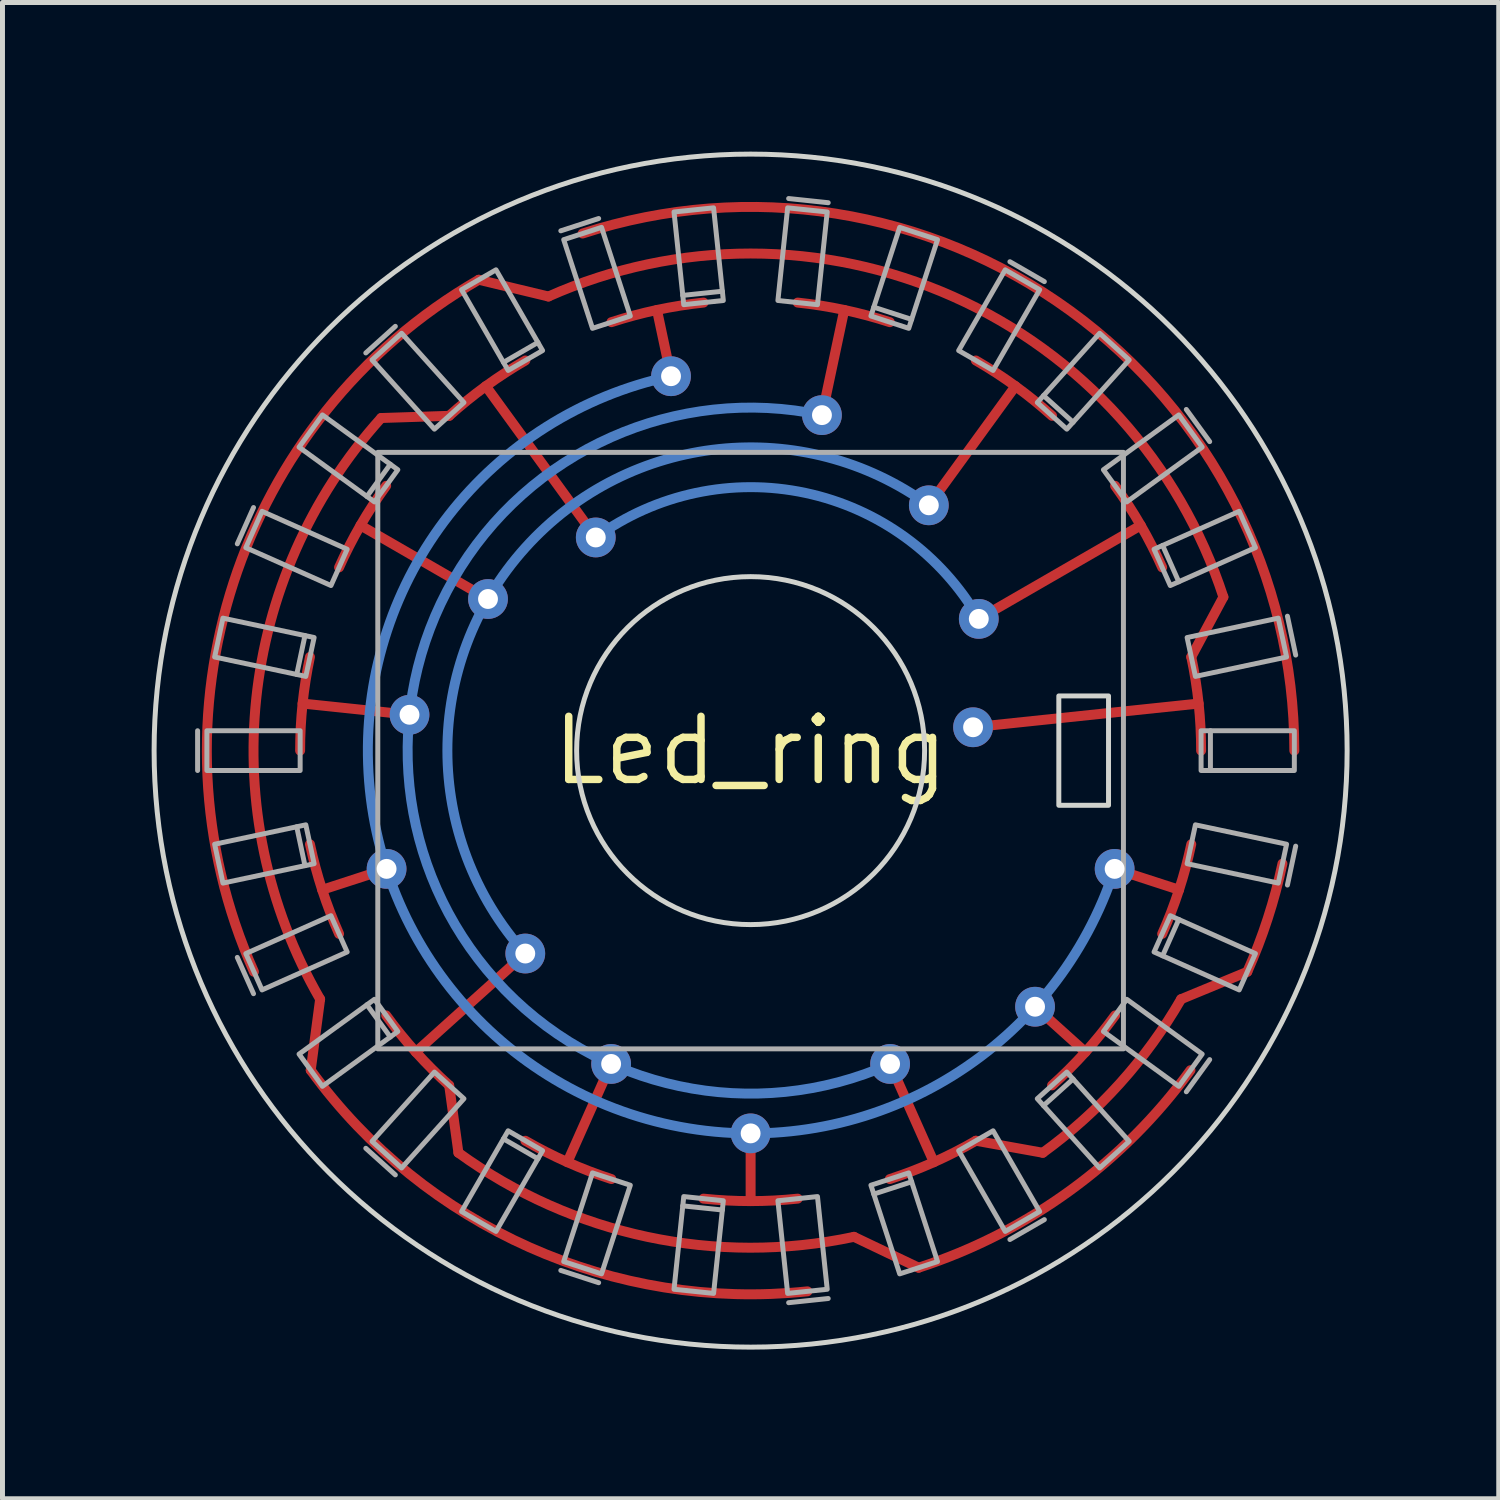
<source format=kicad_pcb>
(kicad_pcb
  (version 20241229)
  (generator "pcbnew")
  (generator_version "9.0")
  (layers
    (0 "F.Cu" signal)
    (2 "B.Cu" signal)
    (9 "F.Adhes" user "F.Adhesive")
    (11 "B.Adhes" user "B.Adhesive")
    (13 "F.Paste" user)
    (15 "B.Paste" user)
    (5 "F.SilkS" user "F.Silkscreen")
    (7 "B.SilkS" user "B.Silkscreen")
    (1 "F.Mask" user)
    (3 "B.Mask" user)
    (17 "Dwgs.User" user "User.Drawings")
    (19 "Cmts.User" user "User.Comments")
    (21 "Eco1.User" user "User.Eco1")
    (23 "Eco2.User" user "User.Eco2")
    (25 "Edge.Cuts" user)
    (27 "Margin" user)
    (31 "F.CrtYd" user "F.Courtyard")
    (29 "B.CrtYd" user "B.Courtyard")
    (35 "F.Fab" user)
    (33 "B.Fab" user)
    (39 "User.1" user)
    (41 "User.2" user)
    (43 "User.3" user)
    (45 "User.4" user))
  (footprint "Led_ring"
    (layer "F.Cu")
    (at 12.05 12.05)
    (property "Reference" "Led_ring" (at 0 0 0) (layer "F.SilkS") (effects (font (size 1.27 1.27) (thickness 0.15))))
    (fp_line (start -8.849 6.429) (end -8.66 5) (stroke (width 0.2) (type solid)) (layer "F.Cu"))
    (fp_line (start -7.323 2.379) (end -8.619 2.8) (stroke (width 0.2) (type solid)) (layer "F.Cu"))
    (fp_line (start -6.862 -0.721) (end -9.013 -0.947) (stroke (width 0.2) (type solid)) (layer "F.Cu"))
    (fp_line (start -6.064 -6.735) (end -7.431 -6.691) (stroke (width 0.2) (type solid)) (layer "F.Cu"))
    (fp_line (start -6.064 6.735) (end -5.878 8.09) (stroke (width 0.2) (type solid)) (layer "F.Cu"))
    (fp_line (start -5.469 -9.472) (end -4.067 -9.135) (stroke (width 0.2) (type solid)) (layer "F.Cu"))
    (fp_line (start -5.283 -3.05) (end -7.848 -4.531) (stroke (width 0.2) (type solid)) (layer "F.Cu"))
    (fp_line (start -4.533 4.082) (end -6.735 6.064) (stroke (width 0.2) (type solid)) (layer "F.Cu"))
    (fp_line (start -3.115 -4.288) (end -5.327 -7.332) (stroke (width 0.2) (type solid)) (layer "F.Cu"))
    (fp_line (start -2.806 6.303) (end -3.686 8.279) (stroke (width 0.2) (type solid)) (layer "F.Cu"))
    (fp_line (start -1.601 -7.532) (end -1.884 -8.864) (stroke (width 0.2) (type solid)) (layer "F.Cu"))
    (fp_line (start 0 7.7) (end 0 9.062) (stroke (width 0.2) (type solid)) (layer "F.Cu"))
    (fp_line (start 1.435 -6.749) (end 1.884 -8.864) (stroke (width 0.2) (type solid)) (layer "F.Cu"))
    (fp_line (start 2.806 6.303) (end 3.686 8.279) (stroke (width 0.2) (type solid)) (layer "F.Cu"))
    (fp_line (start 3.38 10.402) (end 2.079 9.781) (stroke (width 0.2) (type solid)) (layer "F.Cu"))
    (fp_line (start 3.585 -4.935) (end 5.327 -7.332) (stroke (width 0.2) (type solid)) (layer "F.Cu"))
    (fp_line (start 4.475 -0.47) (end 9.013 -0.947) (stroke (width 0.2) (type solid)) (layer "F.Cu"))
    (fp_line (start 4.531 7.848) (end 5.878 8.09) (stroke (width 0.2) (type solid)) (layer "F.Cu"))
    (fp_line (start 4.59 -2.65) (end 7.848 -4.531) (stroke (width 0.2) (type solid)) (layer "F.Cu"))
    (fp_line (start 5.722 5.152) (end 6.735 6.064) (stroke (width 0.2) (type solid)) (layer "F.Cu"))
    (fp_line (start 7.323 2.379) (end 8.619 2.8) (stroke (width 0.2) (type solid)) (layer "F.Cu"))
    (fp_line (start 8.864 -1.884) (end 9.511 -3.09) (stroke (width 0.2) (type solid)) (layer "F.Cu"))
    (fp_line (start 9.992 4.449) (end 8.66 5) (stroke (width 0.2) (type solid)) (layer "F.Cu"))
    (fp_arc (start -9.991903 4.448682) (mid -10.402181 -3.379874) (end -5.46875 -9.472153) (stroke (width 0.2) (type solid)) (layer "F.Cu"))
    (fp_arc (start -9.0625 0) (mid -9.012855 -0.947289) (end -8.864463 -1.8842) (stroke (width 0.2) (type solid)) (layer "F.Cu"))
    (fp_arc (start -8.660254 5) (mid -9.945219 -1.045285) (end -7.431448 -6.691306) (stroke (width 0.2) (type solid)) (layer "F.Cu"))
    (fp_arc (start -8.279006 -3.686051) (mid -7.848356 -4.53125) (end -7.331717 -5.326804) (stroke (width 0.2) (type solid)) (layer "F.Cu"))
    (fp_arc (start -8.279006 3.686051) (mid -8.61895 2.800467) (end -8.864463 1.8842) (stroke (width 0.2) (type solid)) (layer "F.Cu"))
    (fp_arc (start -6.063996 -6.73475) (mid -5.326804 -7.331717) (end -4.53125 -7.848355) (stroke (width 0.2) (type solid)) (layer "F.Cu"))
    (fp_arc (start -6.063996 6.73475) (mid -6.73475 6.063996) (end -7.331717 5.326804) (stroke (width 0.2) (type solid)) (layer "F.Cu"))
    (fp_arc (start -4.067366 -9.135455) (mid 4.067367 -9.135455) (end 9.510565 -3.09017) (stroke (width 0.2) (type solid)) (layer "F.Cu"))
    (fp_arc (start -3.379873 -10.402181) (mid 6.428901 -8.848623) (end 10.9375 0) (stroke (width 0.2) (type solid)) (layer "F.Cu"))
    (fp_arc (start -2.800467 -8.61895) (mid -1.8842 -8.864463) (end -0.947289 -9.012855) (stroke (width 0.2) (type solid)) (layer "F.Cu"))
    (fp_arc (start -2.800467 8.61895) (mid -3.686051 8.279006) (end -4.53125 7.848355) (stroke (width 0.2) (type solid)) (layer "F.Cu"))
    (fp_arc (start 0.947289 -9.012855) (mid 1.8842 -8.864463) (end 2.800467 -8.61895) (stroke (width 0.2) (type solid)) (layer "F.Cu"))
    (fp_arc (start 0.947289 9.012855) (mid 0 9.0625) (end -0.947289 9.012855) (stroke (width 0.2) (type solid)) (layer "F.Cu"))
    (fp_arc (start 1.14328 10.877583) (mid -4.448682 9.991903) (end -8.848623 6.428901) (stroke (width 0.2) (type solid)) (layer "F.Cu"))
    (fp_arc (start 2.079117 9.781476) (mid -2.079117 9.781476) (end -5.877853 8.09017) (stroke (width 0.2) (type solid)) (layer "F.Cu"))
    (fp_arc (start 4.53125 -7.848355) (mid 5.326806 -7.331719) (end 6.063996 -6.73475) (stroke (width 0.2) (type solid)) (layer "F.Cu"))
    (fp_arc (start 4.53125 7.848355) (mid 3.686051 8.279005) (end 2.800467 8.61895) (stroke (width 0.2) (type solid)) (layer "F.Cu"))
    (fp_arc (start 7.331717 -5.326804) (mid 7.848355 -4.53125) (end 8.279006 -3.686051) (stroke (width 0.2) (type solid)) (layer "F.Cu"))
    (fp_arc (start 7.331717 5.326804) (mid 6.73475 6.063996) (end 6.063996 6.73475) (stroke (width 0.2) (type solid)) (layer "F.Cu"))
    (fp_arc (start 8.660254 5) (mid 7.431448 6.691306) (end 5.877853 8.09017) (stroke (width 0.2) (type solid)) (layer "F.Cu"))
    (fp_arc (start 8.848623 6.428901) (mid 6.428901 8.848623) (end 3.379873 10.402181) (stroke (width 0.2) (type solid)) (layer "F.Cu"))
    (fp_arc (start 8.864463 -1.8842) (mid 9.012855 -0.947289) (end 9.0625 0) (stroke (width 0.2) (type solid)) (layer "F.Cu"))
    (fp_arc (start 8.864463 1.8842) (mid 8.61895 2.800467) (end 8.279006 3.686051) (stroke (width 0.2) (type solid)) (layer "F.Cu"))
    (fp_arc (start 10.698489 2.274034) (mid 10.402181 3.379874) (end 9.991903 4.448682) (stroke (width 0.2) (type solid)) (layer "F.Cu"))
    (fp_arc (start -4.533183 4.081697) (mid -4.533184 -4.081696) (end 3.58549 -4.935004) (stroke (width 0.2) (type solid)) (layer "B.Cu"))
    (fp_arc (start -3.115262 -4.28779) (mid 1.101932 -5.184182) (end 4.589935 -2.65) (stroke (width 0.2) (type solid)) (layer "B.Cu"))
    (fp_arc (start 2.806483 6.303464) (mid -6.862201 0.721246) (end 1.434591 -6.749218) (stroke (width 0.2) (type solid)) (layer "B.Cu"))
    (fp_arc (start 4.475349 -0.470378) (mid 4.475349 -0.470378) (end 4.475349 -0.470378) (stroke (width 0.2) (type solid)) (layer "B.Cu"))
    (fp_arc (start 7.323135 2.379431) (mid -5.722215 5.152305) (end -1.60092 -7.531737) (stroke (width 0.2) (type solid)) (layer "B.Cu"))
    (fp_circle (center 0 0) (end 3.5 0) (stroke (width 0.1) (type solid)) (fill no) (layer "Edge.Cuts"))
    (fp_circle (center 0 0) (end 12 0) (stroke (width 0.1) (type solid)) (fill no) (layer "Edge.Cuts"))
    (fp_poly (pts (xy 6.2 -1.1) (xy 7.2 -1.1) (xy 7.2 1.1) (xy 6.2 1.1)) (stroke (width 0.1) (type solid)) (fill no) (layer "Edge.Cuts"))
    (fp_line (start -11.125 0.4) (end -11.125 -0.4) (stroke (width 0.1) (type solid)) (layer "F.Fab"))
    (fp_line (start -10.326 -4.16) (end -10 -4.89) (stroke (width 0.1) (type solid)) (layer "F.Fab"))
    (fp_line (start -10 4.89) (end -10.326 4.16) (stroke (width 0.1) (type solid)) (layer "F.Fab"))
    (fp_line (start -9.131 -1.532) (end -8.965 -2.314) (stroke (width 0.1) (type solid)) (layer "F.Fab"))
    (fp_line (start -8.965 2.314) (end -9.131 1.532) (stroke (width 0.1) (type solid)) (layer "F.Fab"))
    (fp_line (start -7.741 -8) (end -7.147 -8.535) (stroke (width 0.1) (type solid)) (layer "F.Fab"))
    (fp_line (start -7.719 -5.113) (end -7.248 -5.761) (stroke (width 0.1) (type solid)) (layer "F.Fab"))
    (fp_line (start -7.248 5.761) (end -7.719 5.113) (stroke (width 0.1) (type solid)) (layer "F.Fab"))
    (fp_line (start -7.147 8.535) (end -7.741 8) (stroke (width 0.1) (type solid)) (layer "F.Fab"))
    (fp_line (start -4.971 -7.811) (end -4.279 -8.211) (stroke (width 0.1) (type solid)) (layer "F.Fab"))
    (fp_line (start -4.279 8.211) (end -4.971 7.811) (stroke (width 0.1) (type solid)) (layer "F.Fab"))
    (fp_line (start -3.818 -10.457) (end -3.057 -10.704) (stroke (width 0.1) (type solid)) (layer "F.Fab"))
    (fp_line (start -3.057 10.704) (end -3.818 10.457) (stroke (width 0.1) (type solid)) (layer "F.Fab"))
    (fp_line (start -1.365 -9.158) (end -0.569 -9.241) (stroke (width 0.1) (type solid)) (layer "F.Fab"))
    (fp_line (start -0.569 9.241) (end -1.365 9.158) (stroke (width 0.1) (type solid)) (layer "F.Fab"))
    (fp_line (start 0.765 -11.106) (end 1.561 -11.022) (stroke (width 0.1) (type solid)) (layer "F.Fab"))
    (fp_line (start 1.561 11.022) (end 0.765 11.106) (stroke (width 0.1) (type solid)) (layer "F.Fab"))
    (fp_line (start 2.478 -8.921) (end 3.239 -8.674) (stroke (width 0.1) (type solid)) (layer "F.Fab"))
    (fp_line (start 3.239 8.674) (end 2.478 8.921) (stroke (width 0.1) (type solid)) (layer "F.Fab"))
    (fp_line (start 5.216 -9.835) (end 5.909 -9.435) (stroke (width 0.1) (type solid)) (layer "F.Fab"))
    (fp_line (start 5.892 -7.142) (end 6.487 -6.606) (stroke (width 0.1) (type solid)) (layer "F.Fab"))
    (fp_line (start 5.909 9.435) (end 5.216 9.835) (stroke (width 0.1) (type solid)) (layer "F.Fab"))
    (fp_line (start 6.487 6.606) (end 5.892 7.142) (stroke (width 0.1) (type solid)) (layer "F.Fab"))
    (fp_line (start 8.288 -4.128) (end 8.613 -3.397) (stroke (width 0.1) (type solid)) (layer "F.Fab"))
    (fp_line (start 8.613 3.397) (end 8.288 4.128) (stroke (width 0.1) (type solid)) (layer "F.Fab"))
    (fp_line (start 8.765 -6.863) (end 9.235 -6.216) (stroke (width 0.1) (type solid)) (layer "F.Fab"))
    (fp_line (start 9.235 6.216) (end 8.765 6.863) (stroke (width 0.1) (type solid)) (layer "F.Fab"))
    (fp_line (start 9.25 -0.4) (end 9.25 0.4) (stroke (width 0.1) (type solid)) (layer "F.Fab"))
    (fp_line (start 10.799 -2.704) (end 10.965 -1.922) (stroke (width 0.1) (type solid)) (layer "F.Fab"))
    (fp_line (start 10.965 1.922) (end 10.799 2.704) (stroke (width 0.1) (type solid)) (layer "F.Fab"))
    (fp_poly (pts (xy -9.062 0.4) (xy -10.938 0.4) (xy -10.938 -0.4) (xy -9.062 -0.4)) (stroke (width 0.1) (type solid)) (fill no) (layer "F.Fab"))
    (fp_poly (pts (xy -8.948 -1.493) (xy -10.782 -1.883) (xy -10.615 -2.665) (xy -8.781 -2.275)) (stroke (width 0.1) (type solid)) (fill no) (layer "F.Fab"))
    (fp_poly (pts (xy -8.781 2.275) (xy -10.615 2.665) (xy -10.782 1.883) (xy -8.948 1.493)) (stroke (width 0.1) (type solid)) (fill no) (layer "F.Fab"))
    (fp_poly (pts (xy -8.442 -3.321) (xy -10.155 -4.083) (xy -9.829 -4.814) (xy -8.116 -4.051)) (stroke (width 0.1) (type solid)) (fill no) (layer "F.Fab"))
    (fp_poly (pts (xy -8.116 4.051) (xy -9.829 4.814) (xy -10.155 4.083) (xy -8.442 3.321)) (stroke (width 0.1) (type solid)) (fill no) (layer "F.Fab"))
    (fp_poly (pts (xy -7.567 -5.003) (xy -9.084 -6.105) (xy -8.614 -6.753) (xy -7.097 -5.65)) (stroke (width 0.1) (type solid)) (fill no) (layer "F.Fab"))
    (fp_poly (pts (xy -7.5 -6) (xy 7.5 -6) (xy 7.5 6) (xy -7.5 6)) (stroke (width 0.1) (type solid)) (fill no) (layer "F.Fab"))
    (fp_poly (pts (xy -7.097 5.65) (xy -8.614 6.753) (xy -9.084 6.105) (xy -7.567 5.003)) (stroke (width 0.1) (type solid)) (fill no) (layer "F.Fab"))
    (fp_poly (pts (xy -6.361 -6.467) (xy -7.616 -7.86) (xy -7.021 -8.396) (xy -5.767 -7.002)) (stroke (width 0.1) (type solid)) (fill no) (layer "F.Fab"))
    (fp_poly (pts (xy -5.767 7.002) (xy -7.021 8.396) (xy -7.616 7.86) (xy -6.361 6.467)) (stroke (width 0.1) (type solid)) (fill no) (layer "F.Fab"))
    (fp_poly (pts (xy -4.878 -7.648) (xy -5.815 -9.272) (xy -5.122 -9.672) (xy -4.185 -8.048)) (stroke (width 0.1) (type solid)) (fill no) (layer "F.Fab"))
    (fp_poly (pts (xy -4.185 8.048) (xy -5.122 9.672) (xy -5.815 9.272) (xy -4.878 7.648)) (stroke (width 0.1) (type solid)) (fill no) (layer "F.Fab"))
    (fp_poly (pts (xy -3.181 -8.495) (xy -3.76 -10.279) (xy -2.999 -10.526) (xy -2.42 -8.743)) (stroke (width 0.1) (type solid)) (fill no) (layer "F.Fab"))
    (fp_poly (pts (xy -2.42 8.743) (xy -2.999 10.526) (xy -3.76 10.279) (xy -3.181 8.495)) (stroke (width 0.1) (type solid)) (fill no) (layer "F.Fab"))
    (fp_poly (pts (xy -1.345 -8.971) (xy -1.541 -10.836) (xy -0.745 -10.919) (xy -0.549 -9.055)) (stroke (width 0.1) (type solid)) (fill no) (layer "F.Fab"))
    (fp_poly (pts (xy -0.549 9.055) (xy -0.745 10.919) (xy -1.541 10.836) (xy -1.345 8.971)) (stroke (width 0.1) (type solid)) (fill no) (layer "F.Fab"))
    (fp_poly (pts (xy 0.549 -9.055) (xy 0.745 -10.919) (xy 1.541 -10.836) (xy 1.345 -8.971)) (stroke (width 0.1) (type solid)) (fill no) (layer "F.Fab"))
    (fp_poly (pts (xy 1.345 8.971) (xy 1.541 10.836) (xy 0.745 10.919) (xy 0.549 9.055)) (stroke (width 0.1) (type solid)) (fill no) (layer "F.Fab"))
    (fp_poly (pts (xy 2.42 -8.743) (xy 2.999 -10.526) (xy 3.76 -10.279) (xy 3.181 -8.495)) (stroke (width 0.1) (type solid)) (fill no) (layer "F.Fab"))
    (fp_poly (pts (xy 3.181 8.495) (xy 3.76 10.279) (xy 2.999 10.526) (xy 2.42 8.743)) (stroke (width 0.1) (type solid)) (fill no) (layer "F.Fab"))
    (fp_poly (pts (xy 4.185 -8.048) (xy 5.122 -9.672) (xy 5.815 -9.272) (xy 4.878 -7.648)) (stroke (width 0.1) (type solid)) (fill no) (layer "F.Fab"))
    (fp_poly (pts (xy 4.878 7.648) (xy 5.815 9.272) (xy 5.122 9.672) (xy 4.185 8.048)) (stroke (width 0.1) (type solid)) (fill no) (layer "F.Fab"))
    (fp_poly (pts (xy 5.767 -7.002) (xy 7.021 -8.396) (xy 7.616 -7.86) (xy 6.361 -6.467)) (stroke (width 0.1) (type solid)) (fill no) (layer "F.Fab"))
    (fp_poly (pts (xy 6.361 6.467) (xy 7.616 7.86) (xy 7.021 8.396) (xy 5.767 7.002)) (stroke (width 0.1) (type solid)) (fill no) (layer "F.Fab"))
    (fp_poly (pts (xy 7.097 -5.65) (xy 8.614 -6.753) (xy 9.084 -6.105) (xy 7.567 -5.003)) (stroke (width 0.1) (type solid)) (fill no) (layer "F.Fab"))
    (fp_poly (pts (xy 7.567 5.003) (xy 9.084 6.105) (xy 8.614 6.753) (xy 7.097 5.65)) (stroke (width 0.1) (type solid)) (fill no) (layer "F.Fab"))
    (fp_poly (pts (xy 8.116 -4.051) (xy 9.829 -4.814) (xy 10.155 -4.083) (xy 8.442 -3.321)) (stroke (width 0.1) (type solid)) (fill no) (layer "F.Fab"))
    (fp_poly (pts (xy 8.442 3.321) (xy 10.155 4.083) (xy 9.829 4.814) (xy 8.116 4.051)) (stroke (width 0.1) (type solid)) (fill no) (layer "F.Fab"))
    (fp_poly (pts (xy 8.781 -2.275) (xy 10.615 -2.665) (xy 10.782 -1.883) (xy 8.948 -1.493)) (stroke (width 0.1) (type solid)) (fill no) (layer "F.Fab"))
    (fp_poly (pts (xy 8.948 1.493) (xy 10.782 1.883) (xy 10.615 2.665) (xy 8.781 2.275)) (stroke (width 0.1) (type solid)) (fill no) (layer "F.Fab"))
    (fp_poly (pts (xy 9.062 -0.4) (xy 10.938 -0.4) (xy 10.938 0.4) (xy 9.062 0.4)) (stroke (width 0.1) (type solid)) (fill no) (layer "F.Fab"))
    (pad "" thru_hole circle (at -7.323 2.379 198) (size 0.8 0.8) (drill 0.4) (layers "*.Cu"))
    (pad "" thru_hole circle (at -6.862 -0.721 174) (size 0.8 0.8) (drill 0.4) (layers "*.Cu"))
    (pad "" thru_hole circle (at -5.283 -3.05 150) (size 0.8 0.8) (drill 0.4) (layers "*.Cu"))
    (pad "" thru_hole circle (at -4.533 4.082 222) (size 0.8 0.8) (drill 0.4) (layers "*.Cu"))
    (pad "" thru_hole circle (at -3.115 -4.288 126) (size 0.8 0.8) (drill 0.4) (layers "*.Cu"))
    (pad "" thru_hole circle (at -2.806 6.303 246) (size 0.8 0.8) (drill 0.4) (layers "*.Cu"))
    (pad "" thru_hole circle (at -1.601 -7.532 102) (size 0.8 0.8) (drill 0.4) (layers "*.Cu"))
    (pad "" thru_hole circle (at 0 7.7 270) (size 0.8 0.8) (drill 0.4) (layers "*.Cu"))
    (pad "" thru_hole circle (at 1.435 -6.749 78) (size 0.8 0.8) (drill 0.4) (layers "*.Cu"))
    (pad "" thru_hole circle (at 2.806 6.303 294) (size 0.8 0.8) (drill 0.4) (layers "*.Cu"))
    (pad "" thru_hole circle (at 3.585 -4.935 54) (size 0.8 0.8) (drill 0.4) (layers "*.Cu"))
    (pad "" thru_hole circle (at 4.475 -0.47 6) (size 0.8 0.8) (drill 0.4) (layers "*.Cu"))
    (pad "" thru_hole circle (at 4.59 -2.65 30) (size 0.8 0.8) (drill 0.4) (layers "*.Cu"))
    (pad "" thru_hole circle (at 5.722 5.152 318) (size 0.8 0.8) (drill 0.4) (layers "*.Cu"))
    (pad "" thru_hole circle (at 7.323 2.379 342) (size 0.8 0.8) (drill 0.4) (layers "*.Cu")))
  (gr_rect
    (start -3 -3)
    (end 27.1 27.1)
    (stroke (width 0.1) (type default))
    (fill no)
    (layer "Edge.Cuts")))
</source>
